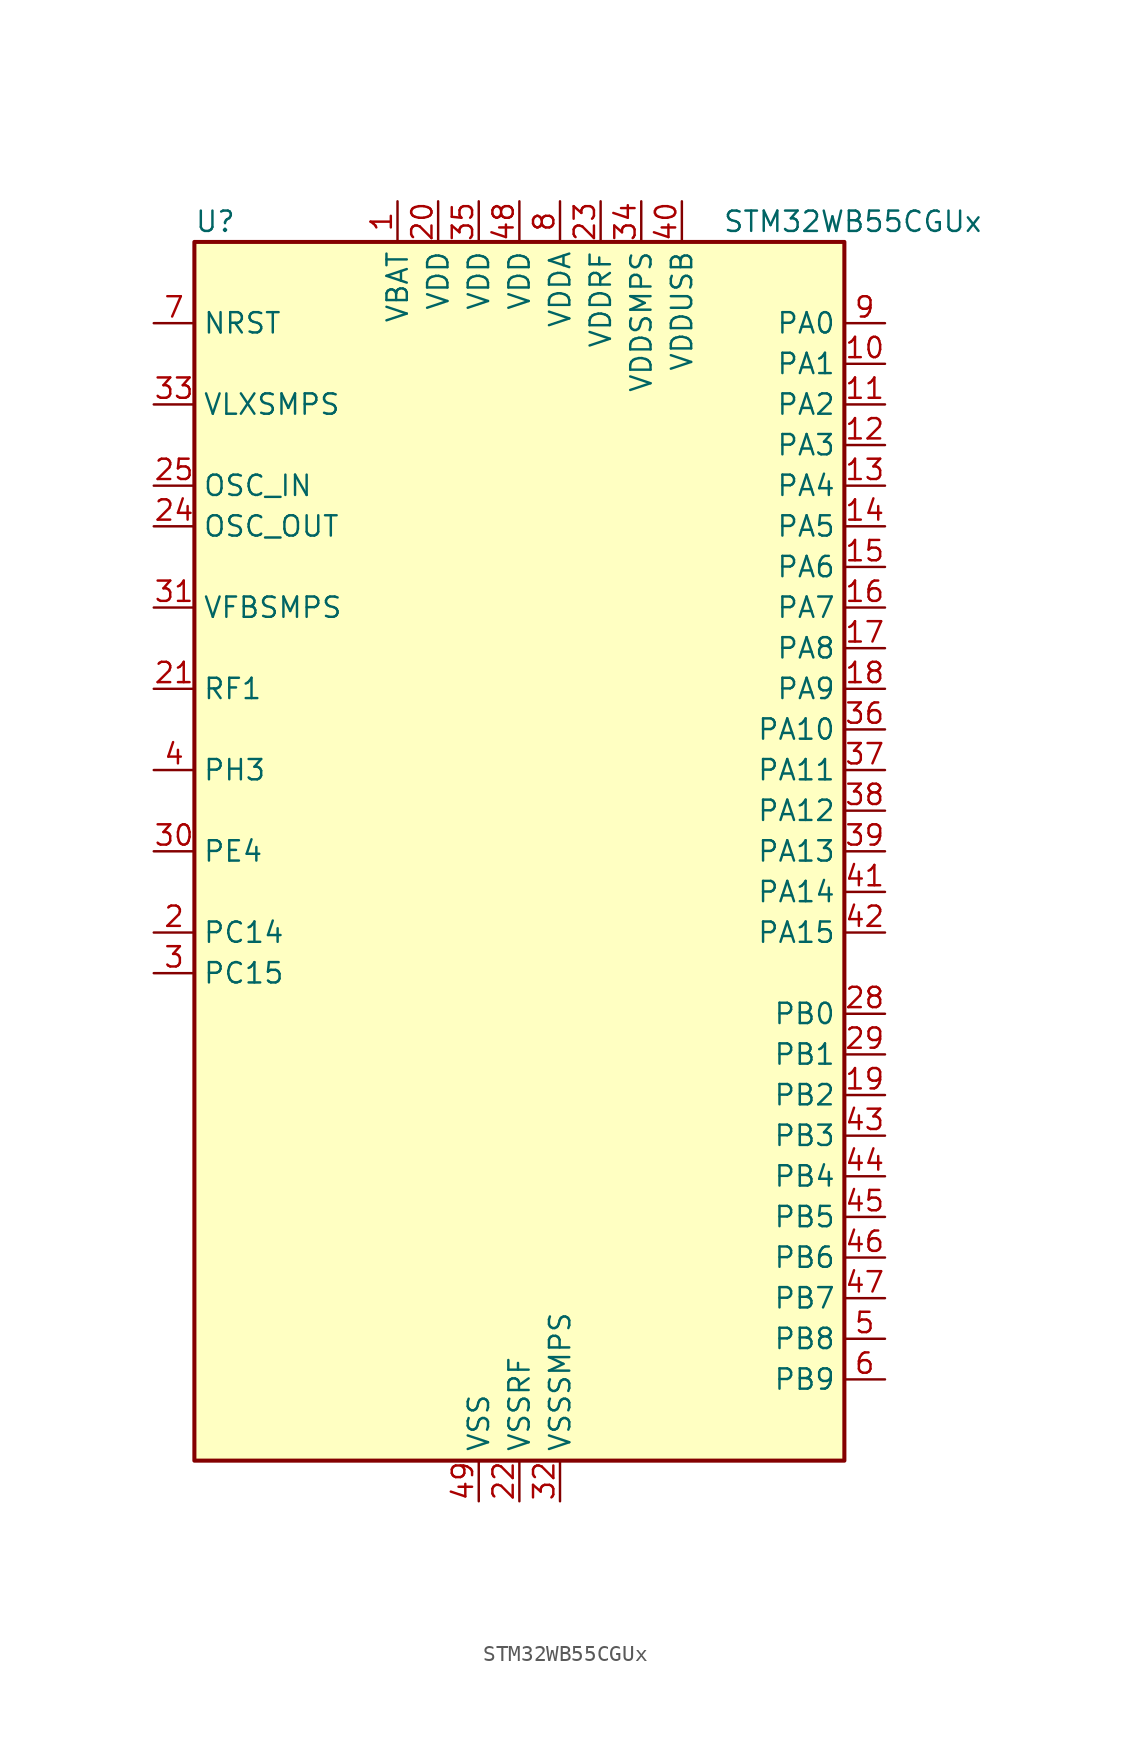
<source format=kicad_sym>
(kicad_symbol_lib
  (version 20231120)
  (generator "kicad-library-utils")
  (generator_version "8.0")
  (symbol "STM32WB55CGUx"
    (property "Reference" "U"
      (at -20.32 39.37 0)
      (effects (font (size 1.27 1.27)) (justify left)))
    (property "Value" "STM32WB55CGUx"
      (at 12.7 39.37 0)
      (effects (font (size 1.27 1.27)) (justify left)))
    (symbol "STM32WB55CGUx_0_1"
      (rectangle (start -20.32 -38.1) (end 20.32 38.1) (stroke (width 0.254) (type default)) (fill (type background))))
    (symbol "STM32WB55CGUx_1_1"
      (pin power_in line (at -7.62 40.64 270) (length 2.54) (name "VBAT" (effects (font (size 1.27 1.27)))) (number "1" (effects (font (size 1.27 1.27)))))
      (pin bidirectional line (at 22.86 30.48 180) (length 2.54) (name "PA1" (effects (font (size 1.27 1.27)))) (number "10" (effects (font (size 1.27 1.27)))) (alternate "ADC1_IN6" bidirectional line) (alternate "COMP1_INP" bidirectional line) (alternate "I2C1_SMBA" bidirectional line) (alternate "LCD_SEG0" bidirectional line) (alternate "SPI1_SCK" bidirectional line) (alternate "TIM2_CH2" bidirectional line))
      (pin bidirectional line (at 22.86 27.94 180) (length 2.54) (name "PA2" (effects (font (size 1.27 1.27)))) (number "11" (effects (font (size 1.27 1.27)))) (alternate "ADC1_IN7" bidirectional line) (alternate "COMP2_INM" bidirectional line) (alternate "COMP2_OUT" bidirectional line) (alternate "LCD_SEG1" bidirectional line) (alternate "LPUART1_TX" bidirectional line) (alternate "QUADSPI_BK1_NCS" bidirectional line) (alternate "RCC_LSCO" bidirectional line) (alternate "SYS_WKUP4" bidirectional line) (alternate "TIM2_CH3" bidirectional line))
      (pin bidirectional line (at 22.86 25.4 180) (length 2.54) (name "PA3" (effects (font (size 1.27 1.27)))) (number "12" (effects (font (size 1.27 1.27)))) (alternate "ADC1_IN8" bidirectional line) (alternate "COMP2_INP" bidirectional line) (alternate "LCD_SEG2" bidirectional line) (alternate "LPUART1_RX" bidirectional line) (alternate "QUADSPI_CLK" bidirectional line) (alternate "SAI1_CK1" bidirectional line) (alternate "SAI1_MCLK_A" bidirectional line) (alternate "TIM2_CH4" bidirectional line))
      (pin bidirectional line (at 22.86 22.86 180) (length 2.54) (name "PA4" (effects (font (size 1.27 1.27)))) (number "13" (effects (font (size 1.27 1.27)))) (alternate "ADC1_IN9" bidirectional line) (alternate "COMP1_INM" bidirectional line) (alternate "COMP2_INM" bidirectional line) (alternate "LCD_SEG5" bidirectional line) (alternate "LPTIM2_OUT" bidirectional line) (alternate "SAI1_FS_B" bidirectional line) (alternate "SPI1_NSS" bidirectional line))
      (pin bidirectional line (at 22.86 20.32 180) (length 2.54) (name "PA5" (effects (font (size 1.27 1.27)))) (number "14" (effects (font (size 1.27 1.27)))) (alternate "ADC1_IN10" bidirectional line) (alternate "COMP1_INM" bidirectional line) (alternate "COMP2_INM" bidirectional line) (alternate "LPTIM2_ETR" bidirectional line) (alternate "SAI1_SD_B" bidirectional line) (alternate "SPI1_SCK" bidirectional line) (alternate "TIM2_CH1" bidirectional line) (alternate "TIM2_ETR" bidirectional line))
      (pin bidirectional line (at 22.86 17.78 180) (length 2.54) (name "PA6" (effects (font (size 1.27 1.27)))) (number "15" (effects (font (size 1.27 1.27)))) (alternate "ADC1_IN11" bidirectional line) (alternate "LCD_SEG3" bidirectional line) (alternate "LPUART1_CTS" bidirectional line) (alternate "QUADSPI_BK1_IO3" bidirectional line) (alternate "SPI1_MISO" bidirectional line) (alternate "TIM16_CH1" bidirectional line) (alternate "TIM1_BKIN" bidirectional line))
      (pin bidirectional line (at 22.86 15.24 180) (length 2.54) (name "PA7" (effects (font (size 1.27 1.27)))) (number "16" (effects (font (size 1.27 1.27)))) (alternate "ADC1_IN12" bidirectional line) (alternate "COMP2_OUT" bidirectional line) (alternate "I2C3_SCL" bidirectional line) (alternate "LCD_SEG4" bidirectional line) (alternate "QUADSPI_BK1_IO2" bidirectional line) (alternate "SPI1_MOSI" bidirectional line) (alternate "TIM17_CH1" bidirectional line) (alternate "TIM1_CH1N" bidirectional line))
      (pin bidirectional line (at 22.86 12.7 180) (length 2.54) (name "PA8" (effects (font (size 1.27 1.27)))) (number "17" (effects (font (size 1.27 1.27)))) (alternate "ADC1_IN15" bidirectional line) (alternate "LCD_COM0" bidirectional line) (alternate "LPTIM2_OUT" bidirectional line) (alternate "RCC_MCO" bidirectional line) (alternate "SAI1_CK2" bidirectional line) (alternate "SAI1_SCK_A" bidirectional line) (alternate "TIM1_CH1" bidirectional line) (alternate "USART1_CK" bidirectional line))
      (pin bidirectional line (at 22.86 10.16 180) (length 2.54) (name "PA9" (effects (font (size 1.27 1.27)))) (number "18" (effects (font (size 1.27 1.27)))) (alternate "ADC1_IN16" bidirectional line) (alternate "COMP1_INM" bidirectional line) (alternate "I2C1_SCL" bidirectional line) (alternate "LCD_COM1" bidirectional line) (alternate "SAI1_D2" bidirectional line) (alternate "SAI1_FS_A" bidirectional line) (alternate "TIM1_CH2" bidirectional line) (alternate "USART1_TX" bidirectional line))
      (pin bidirectional line (at 22.86 -15.24 180) (length 2.54) (name "PB2" (effects (font (size 1.27 1.27)))) (number "19" (effects (font (size 1.27 1.27)))) (alternate "COMP1_INP" bidirectional line) (alternate "I2C3_SMBA" bidirectional line) (alternate "LCD_VLCD" bidirectional line) (alternate "LPTIM1_OUT" bidirectional line) (alternate "RTC_OUT2" bidirectional line) (alternate "SAI1_EXTCLK" bidirectional line) (alternate "SPI1_NSS" bidirectional line))
      (pin bidirectional line (at -22.86 -5.08 0) (length 2.54) (name "PC14" (effects (font (size 1.27 1.27)))) (number "2" (effects (font (size 1.27 1.27)))) (alternate "RCC_OSC32_IN" bidirectional line))
      (pin power_in line (at -5.08 40.64 270) (length 2.54) (name "VDD" (effects (font (size 1.27 1.27)))) (number "20" (effects (font (size 1.27 1.27)))))
      (pin bidirectional line (at -22.86 10.16 0) (length 2.54) (name "RF1" (effects (font (size 1.27 1.27)))) (number "21" (effects (font (size 1.27 1.27)))) (alternate "RF_RF1" bidirectional line))
      (pin power_in line (at 0 -40.64 90) (length 2.54) (name "VSSRF" (effects (font (size 1.27 1.27)))) (number "22" (effects (font (size 1.27 1.27)))))
      (pin power_in line (at 5.08 40.64 270) (length 2.54) (name "VDDRF" (effects (font (size 1.27 1.27)))) (number "23" (effects (font (size 1.27 1.27)))))
      (pin input line (at -22.86 20.32 0) (length 2.54) (name "OSC_OUT" (effects (font (size 1.27 1.27)))) (number "24" (effects (font (size 1.27 1.27)))) (alternate "RCC_OSC_OUT" bidirectional line))
      (pin input line (at -22.86 22.86 0) (length 2.54) (name "OSC_IN" (effects (font (size 1.27 1.27)))) (number "25" (effects (font (size 1.27 1.27)))) (alternate "RCC_OSC_IN" bidirectional line))
      (pin no_connect line (at -20.32 -38.1 0) (length 2.54) hide (name "AT0" (effects (font (size 1.27 1.27)))) (number "26" (effects (font (size 1.27 1.27)))))
      (pin no_connect line (at -20.32 -35.56 0) (length 2.54) hide (name "AT1" (effects (font (size 1.27 1.27)))) (number "27" (effects (font (size 1.27 1.27)))))
      (pin bidirectional line (at 22.86 -10.16 180) (length 2.54) (name "PB0" (effects (font (size 1.27 1.27)))) (number "28" (effects (font (size 1.27 1.27)))) (alternate "COMP1_OUT" bidirectional line) (alternate "RF_TX_MOD_EXT_PA" bidirectional line))
      (pin bidirectional line (at 22.86 -12.7 180) (length 2.54) (name "PB1" (effects (font (size 1.27 1.27)))) (number "29" (effects (font (size 1.27 1.27)))) (alternate "LPTIM2_IN1" bidirectional line) (alternate "LPUART1_DE" bidirectional line) (alternate "LPUART1_RTS" bidirectional line))
      (pin bidirectional line (at -22.86 -7.62 0) (length 2.54) (name "PC15" (effects (font (size 1.27 1.27)))) (number "3" (effects (font (size 1.27 1.27)))) (alternate "ADC1_EXTI15" bidirectional line) (alternate "RCC_OSC32_OUT" bidirectional line))
      (pin bidirectional line (at -22.86 0 0) (length 2.54) (name "PE4" (effects (font (size 1.27 1.27)))) (number "30" (effects (font (size 1.27 1.27)))))
      (pin input line (at -22.86 15.24 0) (length 2.54) (name "VFBSMPS" (effects (font (size 1.27 1.27)))) (number "31" (effects (font (size 1.27 1.27)))))
      (pin power_in line (at 2.54 -40.64 90) (length 2.54) (name "VSSSMPS" (effects (font (size 1.27 1.27)))) (number "32" (effects (font (size 1.27 1.27)))))
      (pin power_in line (at -22.86 27.94 0) (length 2.54) (name "VLXSMPS" (effects (font (size 1.27 1.27)))) (number "33" (effects (font (size 1.27 1.27)))))
      (pin power_in line (at 7.62 40.64 270) (length 2.54) (name "VDDSMPS" (effects (font (size 1.27 1.27)))) (number "34" (effects (font (size 1.27 1.27)))))
      (pin power_in line (at -2.54 40.64 270) (length 2.54) (name "VDD" (effects (font (size 1.27 1.27)))) (number "35" (effects (font (size 1.27 1.27)))))
      (pin bidirectional line (at 22.86 7.62 180) (length 2.54) (name "PA10" (effects (font (size 1.27 1.27)))) (number "36" (effects (font (size 1.27 1.27)))) (alternate "CRS_SYNC" bidirectional line) (alternate "I2C1_SDA" bidirectional line) (alternate "LCD_COM2" bidirectional line) (alternate "SAI1_D1" bidirectional line) (alternate "SAI1_SD_A" bidirectional line) (alternate "TIM17_BKIN" bidirectional line) (alternate "TIM1_CH3" bidirectional line) (alternate "USART1_RX" bidirectional line))
      (pin bidirectional line (at 22.86 5.08 180) (length 2.54) (name "PA11" (effects (font (size 1.27 1.27)))) (number "37" (effects (font (size 1.27 1.27)))) (alternate "ADC1_EXTI11" bidirectional line) (alternate "SPI1_MISO" bidirectional line) (alternate "TIM1_BKIN2" bidirectional line) (alternate "TIM1_CH4" bidirectional line) (alternate "USART1_CTS" bidirectional line) (alternate "USART1_NSS" bidirectional line) (alternate "USB_DM" bidirectional line))
      (pin bidirectional line (at 22.86 2.54 180) (length 2.54) (name "PA12" (effects (font (size 1.27 1.27)))) (number "38" (effects (font (size 1.27 1.27)))) (alternate "LPUART1_RX" bidirectional line) (alternate "SPI1_MOSI" bidirectional line) (alternate "TIM1_ETR" bidirectional line) (alternate "USART1_DE" bidirectional line) (alternate "USART1_RTS" bidirectional line) (alternate "USB_DP" bidirectional line))
      (pin bidirectional line (at 22.86 0 180) (length 2.54) (name "PA13" (effects (font (size 1.27 1.27)))) (number "39" (effects (font (size 1.27 1.27)))) (alternate "IR_OUT" bidirectional line) (alternate "SAI1_SD_B" bidirectional line) (alternate "SYS_JTMS-SWDIO" bidirectional line) (alternate "USB_NOE" bidirectional line))
      (pin bidirectional line (at -22.86 5.08 0) (length 2.54) (name "PH3" (effects (font (size 1.27 1.27)))) (number "4" (effects (font (size 1.27 1.27)))) (alternate "RCC_LSCO" bidirectional line))
      (pin power_in line (at 10.16 40.64 270) (length 2.54) (name "VDDUSB" (effects (font (size 1.27 1.27)))) (number "40" (effects (font (size 1.27 1.27)))))
      (pin bidirectional line (at 22.86 -2.54 180) (length 2.54) (name "PA14" (effects (font (size 1.27 1.27)))) (number "41" (effects (font (size 1.27 1.27)))) (alternate "I2C1_SMBA" bidirectional line) (alternate "LCD_SEG5" bidirectional line) (alternate "LPTIM1_OUT" bidirectional line) (alternate "SAI1_FS_B" bidirectional line) (alternate "SYS_JTCK-SWCLK" bidirectional line))
      (pin bidirectional line (at 22.86 -5.08 180) (length 2.54) (name "PA15" (effects (font (size 1.27 1.27)))) (number "42" (effects (font (size 1.27 1.27)))) (alternate "ADC1_EXTI15" bidirectional line) (alternate "LCD_SEG17" bidirectional line) (alternate "RCC_MCO" bidirectional line) (alternate "SPI1_NSS" bidirectional line) (alternate "SYS_JTDI" bidirectional line) (alternate "TIM2_CH1" bidirectional line) (alternate "TIM2_ETR" bidirectional line))
      (pin bidirectional line (at 22.86 -17.78 180) (length 2.54) (name "PB3" (effects (font (size 1.27 1.27)))) (number "43" (effects (font (size 1.27 1.27)))) (alternate "COMP2_INM" bidirectional line) (alternate "LCD_SEG7" bidirectional line) (alternate "SAI1_SCK_B" bidirectional line) (alternate "SPI1_SCK" bidirectional line) (alternate "SYS_JTDO-SWO" bidirectional line) (alternate "TIM2_CH2" bidirectional line) (alternate "USART1_DE" bidirectional line) (alternate "USART1_RTS" bidirectional line))
      (pin bidirectional line (at 22.86 -20.32 180) (length 2.54) (name "PB4" (effects (font (size 1.27 1.27)))) (number "44" (effects (font (size 1.27 1.27)))) (alternate "COMP2_INP" bidirectional line) (alternate "I2C3_SDA" bidirectional line) (alternate "LCD_SEG8" bidirectional line) (alternate "SAI1_MCLK_B" bidirectional line) (alternate "SPI1_MISO" bidirectional line) (alternate "SYS_JTRST" bidirectional line) (alternate "TIM17_BKIN" bidirectional line) (alternate "USART1_CTS" bidirectional line) (alternate "USART1_NSS" bidirectional line))
      (pin bidirectional line (at 22.86 -22.86 180) (length 2.54) (name "PB5" (effects (font (size 1.27 1.27)))) (number "45" (effects (font (size 1.27 1.27)))) (alternate "COMP2_OUT" bidirectional line) (alternate "I2C1_SMBA" bidirectional line) (alternate "LCD_SEG9" bidirectional line) (alternate "LPTIM1_IN1" bidirectional line) (alternate "LPUART1_TX" bidirectional line) (alternate "SAI1_SD_B" bidirectional line) (alternate "SPI1_MOSI" bidirectional line) (alternate "TIM16_BKIN" bidirectional line) (alternate "USART1_CK" bidirectional line))
      (pin bidirectional line (at 22.86 -25.4 180) (length 2.54) (name "PB6" (effects (font (size 1.27 1.27)))) (number "46" (effects (font (size 1.27 1.27)))) (alternate "COMP2_INP" bidirectional line) (alternate "I2C1_SCL" bidirectional line) (alternate "LCD_SEG6" bidirectional line) (alternate "LPTIM1_ETR" bidirectional line) (alternate "RCC_MCO" bidirectional line) (alternate "SAI1_FS_B" bidirectional line) (alternate "TIM16_CH1N" bidirectional line) (alternate "USART1_TX" bidirectional line))
      (pin bidirectional line (at 22.86 -27.94 180) (length 2.54) (name "PB7" (effects (font (size 1.27 1.27)))) (number "47" (effects (font (size 1.27 1.27)))) (alternate "COMP2_INM" bidirectional line) (alternate "I2C1_SDA" bidirectional line) (alternate "LCD_SEG21" bidirectional line) (alternate "LPTIM1_IN2" bidirectional line) (alternate "SYS_PVD_IN" bidirectional line) (alternate "TIM17_CH1N" bidirectional line) (alternate "TIM1_BKIN" bidirectional line) (alternate "USART1_RX" bidirectional line))
      (pin power_in line (at 0 40.64 270) (length 2.54) (name "VDD" (effects (font (size 1.27 1.27)))) (number "48" (effects (font (size 1.27 1.27)))))
      (pin power_in line (at -2.54 -40.64 90) (length 2.54) (name "VSS" (effects (font (size 1.27 1.27)))) (number "49" (effects (font (size 1.27 1.27)))))
      (pin bidirectional line (at 22.86 -30.48 180) (length 2.54) (name "PB8" (effects (font (size 1.27 1.27)))) (number "5" (effects (font (size 1.27 1.27)))) (alternate "I2C1_SCL" bidirectional line) (alternate "LCD_SEG16" bidirectional line) (alternate "QUADSPI_BK1_IO1" bidirectional line) (alternate "SAI1_CK1" bidirectional line) (alternate "SAI1_MCLK_A" bidirectional line) (alternate "TIM16_CH1" bidirectional line) (alternate "TIM1_CH2N" bidirectional line))
      (pin bidirectional line (at 22.86 -33.02 180) (length 2.54) (name "PB9" (effects (font (size 1.27 1.27)))) (number "6" (effects (font (size 1.27 1.27)))) (alternate "I2C1_SDA" bidirectional line) (alternate "IR_OUT" bidirectional line) (alternate "LCD_COM3" bidirectional line) (alternate "QUADSPI_BK1_IO0" bidirectional line) (alternate "SAI1_D2" bidirectional line) (alternate "SAI1_FS_A" bidirectional line) (alternate "TIM17_CH1" bidirectional line) (alternate "TIM1_CH3N" bidirectional line))
      (pin input line (at -22.86 33.02 0) (length 2.54) (name "NRST" (effects (font (size 1.27 1.27)))) (number "7" (effects (font (size 1.27 1.27)))))
      (pin power_in line (at 2.54 40.64 270) (length 2.54) (name "VDDA" (effects (font (size 1.27 1.27)))) (number "8" (effects (font (size 1.27 1.27)))))
      (pin bidirectional line (at 22.86 33.02 180) (length 2.54) (name "PA0" (effects (font (size 1.27 1.27)))) (number "9" (effects (font (size 1.27 1.27)))) (alternate "ADC1_IN5" bidirectional line) (alternate "COMP1_INM" bidirectional line) (alternate "COMP1_OUT" bidirectional line) (alternate "RTC_TAMP2" bidirectional line) (alternate "SAI1_EXTCLK" bidirectional line) (alternate "SYS_WKUP1" bidirectional line) (alternate "TIM2_CH1" bidirectional line) (alternate "TIM2_ETR" bidirectional line)))))
</source>
